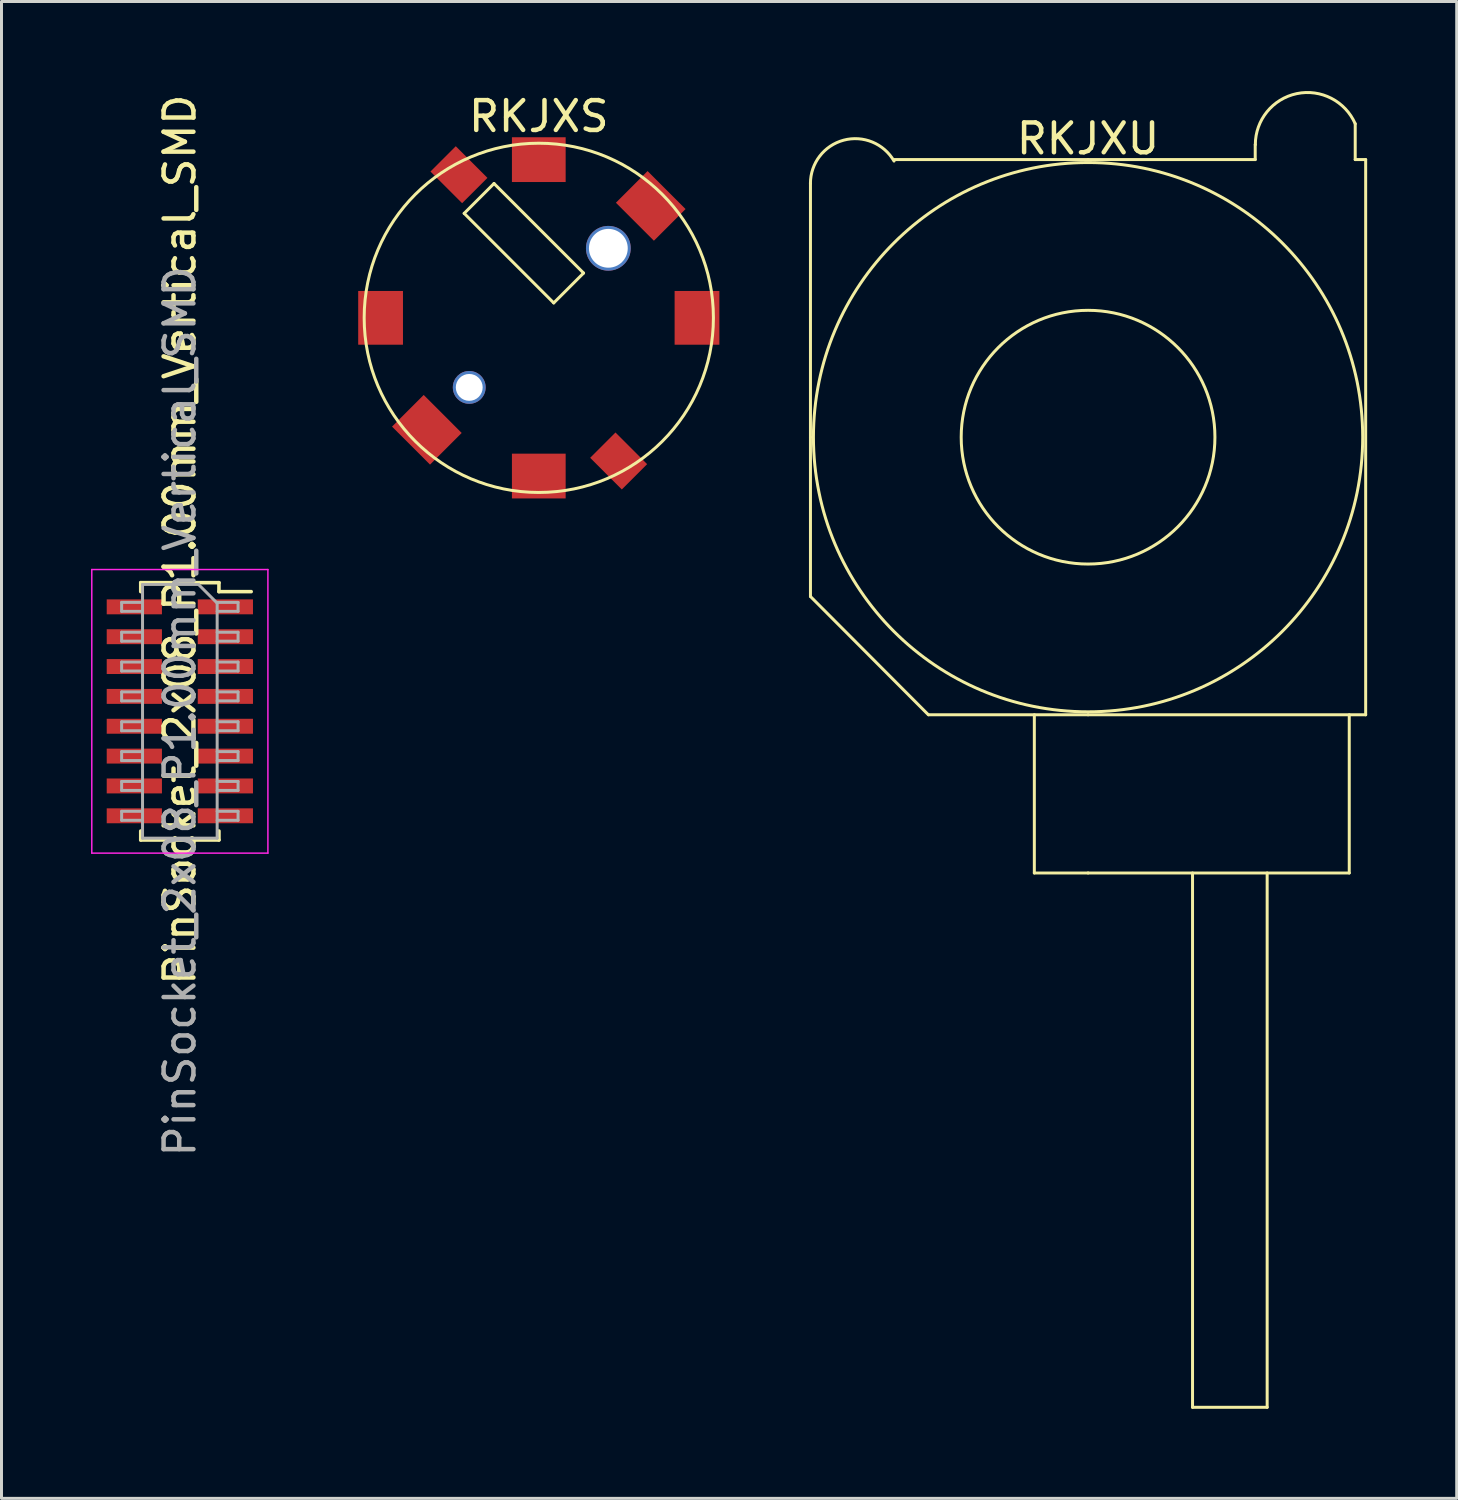
<source format=kicad_pcb>
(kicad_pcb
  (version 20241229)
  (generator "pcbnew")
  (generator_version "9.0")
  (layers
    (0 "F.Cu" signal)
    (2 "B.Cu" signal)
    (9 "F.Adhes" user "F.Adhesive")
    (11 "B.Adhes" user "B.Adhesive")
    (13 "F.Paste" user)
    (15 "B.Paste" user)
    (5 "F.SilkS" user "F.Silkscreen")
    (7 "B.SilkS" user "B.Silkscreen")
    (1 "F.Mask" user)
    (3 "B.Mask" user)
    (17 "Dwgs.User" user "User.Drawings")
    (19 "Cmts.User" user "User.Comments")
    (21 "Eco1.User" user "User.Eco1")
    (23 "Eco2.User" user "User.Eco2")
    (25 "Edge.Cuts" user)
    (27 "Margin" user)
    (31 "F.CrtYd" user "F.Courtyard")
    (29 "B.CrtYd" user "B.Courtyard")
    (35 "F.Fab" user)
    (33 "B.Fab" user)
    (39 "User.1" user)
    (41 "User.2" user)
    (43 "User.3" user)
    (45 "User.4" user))
  (footprint "RKJXU"
    (layer "F.Cu")
    (at 25.601 3.096)
    (property "Reference" "RKJXU" (at 7.8 -1.5 0) (layer "F.SilkS") (effects (font (size 1 1) (thickness 0.15))))
    (attr exclude_from_pos_files exclude_from_bom)
    (fp_line (start -1.5 0) (end -1.5 8.5) (stroke (width 0.1) (type solid)) (layer "F.SilkS"))
    (fp_line (start -1.5 8.5) (end -1.5 13.837) (stroke (width 0.1) (type solid)) (layer "F.SilkS"))
    (fp_line (start -1.5 13.837) (end 2.45 17.8) (stroke (width 0.1) (type solid)) (layer "F.SilkS"))
    (fp_line (start 6 23.1) (end 6 17.8) (stroke (width 0.1) (type solid)) (layer "F.SilkS"))
    (fp_line (start 7.8 -0.8) (end 1.3 -0.8) (stroke (width 0.1) (type solid)) (layer "F.SilkS"))
    (fp_line (start 7.8 -0.8) (end 13.4 -0.8) (stroke (width 0.1) (type solid)) (layer "F.SilkS"))
    (fp_line (start 7.8 17.8) (end 2.463 17.8) (stroke (width 0.1) (type solid)) (layer "F.SilkS"))
    (fp_line (start 7.8 17.8) (end 17.1 17.8) (stroke (width 0.1) (type solid)) (layer "F.SilkS"))
    (fp_line (start 7.8 23.1) (end 6 23.1) (stroke (width 0.1) (type solid)) (layer "F.SilkS"))
    (fp_line (start 11.3 23.1) (end 11.3 41) (stroke (width 0.1) (type solid)) (layer "F.SilkS"))
    (fp_line (start 13.4 -1.3) (end 13.4 -0.8) (stroke (width 0.1) (type solid)) (layer "F.SilkS"))
    (fp_line (start 13.8 23.1) (end 13.8 41) (stroke (width 0.1) (type solid)) (layer "F.SilkS"))
    (fp_line (start 13.8 41) (end 11.3 41) (stroke (width 0.1) (type solid)) (layer "F.SilkS"))
    (fp_line (start 16.55 17.8) (end 16.55 23.1) (stroke (width 0.1) (type solid)) (layer "F.SilkS"))
    (fp_line (start 16.55 23.1) (end 7.8 23.1) (stroke (width 0.1) (type solid)) (layer "F.SilkS"))
    (fp_line (start 16.75 -0.8) (end 16.75 -2) (stroke (width 0.1) (type solid)) (layer "F.SilkS"))
    (fp_line (start 16.75 -0.8) (end 17.1 -0.8) (stroke (width 0.1) (type solid)) (layer "F.SilkS"))
    (fp_line (start 17.1 17.8) (end 17.1 -0.8) (stroke (width 0.1) (type solid)) (layer "F.SilkS"))
    (fp_arc (start -1.500832 0) (mid -0.388211 -1.449755) (end 1.299999 -0.749999) (stroke (width 0.1) (type solid)) (layer "F.SilkS"))
    (fp_arc (start 13.403576 -1.300001) (mid 14.792426 -3.009426) (end 16.749999 -1.999999) (stroke (width 0.1) (type solid)) (layer "F.SilkS"))
    (fp_circle (center 7.8 8.5) (end 12.05 8.5) (stroke (width 0.1) (type solid)) (fill no) (layer "F.SilkS"))
    (fp_circle (center 7.8 8.5) (end 17 8.4) (stroke (width 0.1) (type solid)) (fill no) (layer "F.SilkS"))
    (pad "" smd circle (at 0 0) (size 1.5 1.5) (layers "F.Mask" "F.Paste"))
    (pad "" smd rect (at 11.8 39.65) (size 0.3 2.7) (layers "F.Mask" "F.Paste"))
    (pad "" smd rect (at 12.3 39.65) (size 0.3 2.7) (layers "F.Mask" "F.Paste"))
    (pad "" smd rect (at 12.8 39.65) (size 0.3 2.7) (layers "F.Mask" "F.Paste"))
    (pad "" smd rect (at 13.3 39.65) (size 0.3 2.7) (layers "F.Mask" "F.Paste"))
    (pad "" smd circle (at 15.15 -1.3) (size 2 2) (layers "F.Mask" "F.Paste")))
  (footprint "RKJXS"
    (layer "F.Cu")
    (at 15 7.598)
    (property "Reference" "RKJXS" (at 0 -6.75 0) (layer "F.SilkS") (effects (font (size 1 1) (thickness 0.15))))
    (attr through_hole)
    (fp_line (start -2.5 -3.5) (end 0.5 -0.5) (stroke (width 0.1) (type solid)) (layer "F.SilkS"))
    (fp_line (start -1.5 -4.5) (end -2.5 -3.5) (stroke (width 0.1) (type solid)) (layer "F.SilkS"))
    (fp_line (start 0.5 -0.5) (end 1.5 -1.5) (stroke (width 0.1) (type solid)) (layer "F.SilkS"))
    (fp_line (start 1.5 -1.5) (end -1.5 -4.5) (stroke (width 0.1) (type solid)) (layer "F.SilkS"))
    (fp_circle (center 0 0) (end -5.85 0) (stroke (width 0.1) (type solid)) (fill no) (layer "F.SilkS"))
    (pad "" np_thru_hole circle (at -2.33 2.33) (size 1.1 1.1) (drill 0.9) (layers "*.Cu" "*.Mask"))
    (pad "" np_thru_hole circle (at 2.33 -2.33) (size 1.5 1.5) (drill 1.3) (layers "*.Cu" "*.Mask"))
    (pad "1" smd rect (at 0 -5.3) (size 1.8 1.5) (layers "F.Cu" "F.Mask" "F.Paste"))
    (pad "2" smd rect (at 5.3 0 90) (size 1.8 1.5) (layers "F.Cu" "F.Mask" "F.Paste"))
    (pad "3" smd rect (at 0 5.3) (size 1.8 1.5) (layers "F.Cu" "F.Mask" "F.Paste"))
    (pad "4" smd rect (at -5.3 0 90) (size 1.8 1.5) (layers "F.Cu" "F.Mask" "F.Paste"))
    (pad "C" smd rect (at 2.675 4.795 45) (size 1.2 1.5) (layers "F.Cu" "F.Mask" "F.Paste"))
    (pad "E" smd rect (at -3.75 3.75 315) (size 1.8 1.5) (layers "F.Cu" "F.Mask" "F.Paste"))
    (pad "E" smd rect (at 3.75 -3.75 315) (size 1.8 1.5) (layers "F.Cu" "F.Mask" "F.Paste"))
    (pad "P" smd rect (at -2.675 -4.795 45) (size 1.2 1.5) (layers "F.Cu" "F.Mask" "F.Paste")))
  (footprint "PinSocket_2x08_P1.00mm_Vertical_SMD"
    (layer "F.Cu")
    (at 2.975 20.78)
    (property "Reference" "PinSocket_2x08_P1.00mm_Vertical_SMD" (at 0 -5.75 270) (layer "F.SilkS") (effects (font (size 1 1) (thickness 0.15))))
    (attr smd)
    (fp_line (start -1.31 -4.31) (end -1.31 -4.01) (stroke (width 0.12) (type solid)) (layer "F.SilkS"))
    (fp_line (start -1.31 -4.31) (end 1.31 -4.31) (stroke (width 0.12) (type solid)) (layer "F.SilkS"))
    (fp_line (start -1.31 4.01) (end -1.31 4.31) (stroke (width 0.12) (type solid)) (layer "F.SilkS"))
    (fp_line (start -1.31 4.31) (end 1.31 4.31) (stroke (width 0.12) (type solid)) (layer "F.SilkS"))
    (fp_line (start 1.31 -4.31) (end 1.31 -4.01) (stroke (width 0.12) (type solid)) (layer "F.SilkS"))
    (fp_line (start 1.31 -4.01) (end 2.39 -4.01) (stroke (width 0.12) (type solid)) (layer "F.SilkS"))
    (fp_line (start 1.31 4.01) (end 1.31 4.31) (stroke (width 0.12) (type solid)) (layer "F.SilkS"))
    (fp_line (start -2.95 -4.75) (end 2.95 -4.75) (stroke (width 0.05) (type solid)) (layer "F.CrtYd"))
    (fp_line (start -2.95 4.75) (end -2.95 -4.75) (stroke (width 0.05) (type solid)) (layer "F.CrtYd"))
    (fp_line (start 2.95 -4.75) (end 2.95 4.75) (stroke (width 0.05) (type solid)) (layer "F.CrtYd"))
    (fp_line (start 2.95 4.75) (end -2.95 4.75) (stroke (width 0.05) (type solid)) (layer "F.CrtYd"))
    (fp_line (start -1.95 -3.65) (end -1.25 -3.65) (stroke (width 0.1) (type solid)) (layer "F.Fab"))
    (fp_line (start -1.95 -3.35) (end -1.95 -3.65) (stroke (width 0.1) (type solid)) (layer "F.Fab"))
    (fp_line (start -1.95 -2.65) (end -1.25 -2.65) (stroke (width 0.1) (type solid)) (layer "F.Fab"))
    (fp_line (start -1.95 -2.35) (end -1.95 -2.65) (stroke (width 0.1) (type solid)) (layer "F.Fab"))
    (fp_line (start -1.95 -1.65) (end -1.25 -1.65) (stroke (width 0.1) (type solid)) (layer "F.Fab"))
    (fp_line (start -1.95 -1.35) (end -1.95 -1.65) (stroke (width 0.1) (type solid)) (layer "F.Fab"))
    (fp_line (start -1.95 -0.65) (end -1.25 -0.65) (stroke (width 0.1) (type solid)) (layer "F.Fab"))
    (fp_line (start -1.95 -0.35) (end -1.95 -0.65) (stroke (width 0.1) (type solid)) (layer "F.Fab"))
    (fp_line (start -1.95 0.35) (end -1.25 0.35) (stroke (width 0.1) (type solid)) (layer "F.Fab"))
    (fp_line (start -1.95 0.65) (end -1.95 0.35) (stroke (width 0.1) (type solid)) (layer "F.Fab"))
    (fp_line (start -1.95 1.35) (end -1.25 1.35) (stroke (width 0.1) (type solid)) (layer "F.Fab"))
    (fp_line (start -1.95 1.65) (end -1.95 1.35) (stroke (width 0.1) (type solid)) (layer "F.Fab"))
    (fp_line (start -1.95 2.35) (end -1.25 2.35) (stroke (width 0.1) (type solid)) (layer "F.Fab"))
    (fp_line (start -1.95 2.65) (end -1.95 2.35) (stroke (width 0.1) (type solid)) (layer "F.Fab"))
    (fp_line (start -1.95 3.35) (end -1.25 3.35) (stroke (width 0.1) (type solid)) (layer "F.Fab"))
    (fp_line (start -1.95 3.65) (end -1.95 3.35) (stroke (width 0.1) (type solid)) (layer "F.Fab"))
    (fp_line (start -1.25 -4.25) (end 0.625 -4.25) (stroke (width 0.1) (type solid)) (layer "F.Fab"))
    (fp_line (start -1.25 -3.35) (end -1.95 -3.35) (stroke (width 0.1) (type solid)) (layer "F.Fab"))
    (fp_line (start -1.25 -2.35) (end -1.95 -2.35) (stroke (width 0.1) (type solid)) (layer "F.Fab"))
    (fp_line (start -1.25 -1.35) (end -1.95 -1.35) (stroke (width 0.1) (type solid)) (layer "F.Fab"))
    (fp_line (start -1.25 -0.35) (end -1.95 -0.35) (stroke (width 0.1) (type solid)) (layer "F.Fab"))
    (fp_line (start -1.25 0.65) (end -1.95 0.65) (stroke (width 0.1) (type solid)) (layer "F.Fab"))
    (fp_line (start -1.25 1.65) (end -1.95 1.65) (stroke (width 0.1) (type solid)) (layer "F.Fab"))
    (fp_line (start -1.25 2.65) (end -1.95 2.65) (stroke (width 0.1) (type solid)) (layer "F.Fab"))
    (fp_line (start -1.25 3.65) (end -1.95 3.65) (stroke (width 0.1) (type solid)) (layer "F.Fab"))
    (fp_line (start -1.25 4.25) (end -1.25 -4.25) (stroke (width 0.1) (type solid)) (layer "F.Fab"))
    (fp_line (start 0.625 -4.25) (end 1.25 -3.625) (stroke (width 0.1) (type solid)) (layer "F.Fab"))
    (fp_line (start 1.25 -3.65) (end 1.95 -3.65) (stroke (width 0.1) (type solid)) (layer "F.Fab"))
    (fp_line (start 1.25 -3.625) (end 1.25 4.25) (stroke (width 0.1) (type solid)) (layer "F.Fab"))
    (fp_line (start 1.25 -2.65) (end 1.95 -2.65) (stroke (width 0.1) (type solid)) (layer "F.Fab"))
    (fp_line (start 1.25 -1.65) (end 1.95 -1.65) (stroke (width 0.1) (type solid)) (layer "F.Fab"))
    (fp_line (start 1.25 -0.65) (end 1.95 -0.65) (stroke (width 0.1) (type solid)) (layer "F.Fab"))
    (fp_line (start 1.25 0.35) (end 1.95 0.35) (stroke (width 0.1) (type solid)) (layer "F.Fab"))
    (fp_line (start 1.25 1.35) (end 1.95 1.35) (stroke (width 0.1) (type solid)) (layer "F.Fab"))
    (fp_line (start 1.25 2.35) (end 1.95 2.35) (stroke (width 0.1) (type solid)) (layer "F.Fab"))
    (fp_line (start 1.25 3.35) (end 1.95 3.35) (stroke (width 0.1) (type solid)) (layer "F.Fab"))
    (fp_line (start 1.25 4.25) (end -1.25 4.25) (stroke (width 0.1) (type solid)) (layer "F.Fab"))
    (fp_line (start 1.95 -3.65) (end 1.95 -3.35) (stroke (width 0.1) (type solid)) (layer "F.Fab"))
    (fp_line (start 1.95 -3.35) (end 1.25 -3.35) (stroke (width 0.1) (type solid)) (layer "F.Fab"))
    (fp_line (start 1.95 -2.65) (end 1.95 -2.35) (stroke (width 0.1) (type solid)) (layer "F.Fab"))
    (fp_line (start 1.95 -2.35) (end 1.25 -2.35) (stroke (width 0.1) (type solid)) (layer "F.Fab"))
    (fp_line (start 1.95 -1.65) (end 1.95 -1.35) (stroke (width 0.1) (type solid)) (layer "F.Fab"))
    (fp_line (start 1.95 -1.35) (end 1.25 -1.35) (stroke (width 0.1) (type solid)) (layer "F.Fab"))
    (fp_line (start 1.95 -0.65) (end 1.95 -0.35) (stroke (width 0.1) (type solid)) (layer "F.Fab"))
    (fp_line (start 1.95 -0.35) (end 1.25 -0.35) (stroke (width 0.1) (type solid)) (layer "F.Fab"))
    (fp_line (start 1.95 0.35) (end 1.95 0.65) (stroke (width 0.1) (type solid)) (layer "F.Fab"))
    (fp_line (start 1.95 0.65) (end 1.25 0.65) (stroke (width 0.1) (type solid)) (layer "F.Fab"))
    (fp_line (start 1.95 1.35) (end 1.95 1.65) (stroke (width 0.1) (type solid)) (layer "F.Fab"))
    (fp_line (start 1.95 1.65) (end 1.25 1.65) (stroke (width 0.1) (type solid)) (layer "F.Fab"))
    (fp_line (start 1.95 2.35) (end 1.95 2.65) (stroke (width 0.1) (type solid)) (layer "F.Fab"))
    (fp_line (start 1.95 2.65) (end 1.25 2.65) (stroke (width 0.1) (type solid)) (layer "F.Fab"))
    (fp_line (start 1.95 3.35) (end 1.95 3.65) (stroke (width 0.1) (type solid)) (layer "F.Fab"))
    (fp_line (start 1.95 3.65) (end 1.25 3.65) (stroke (width 0.1) (type solid)) (layer "F.Fab"))
    (fp_text user "${REFERENCE}" (at 0 0 270) (layer "F.Fab") (effects (font (size 1 1) (thickness 0.15))))
    (pad "1" smd rect (at 1.525 -3.5) (size 1.85 0.5) (layers "F.Cu" "F.Mask" "F.Paste"))
    (pad "2" smd rect (at -1.525 -3.5) (size 1.85 0.5) (layers "F.Cu" "F.Mask" "F.Paste"))
    (pad "3" smd rect (at 1.525 -2.5) (size 1.85 0.5) (layers "F.Cu" "F.Mask" "F.Paste"))
    (pad "4" smd rect (at -1.525 -2.5) (size 1.85 0.5) (layers "F.Cu" "F.Mask" "F.Paste"))
    (pad "5" smd rect (at 1.525 -1.5) (size 1.85 0.5) (layers "F.Cu" "F.Mask" "F.Paste"))
    (pad "6" smd rect (at -1.525 -1.5) (size 1.85 0.5) (layers "F.Cu" "F.Mask" "F.Paste"))
    (pad "7" smd rect (at 1.525 -0.5) (size 1.85 0.5) (layers "F.Cu" "F.Mask" "F.Paste"))
    (pad "8" smd rect (at -1.525 -0.5) (size 1.85 0.5) (layers "F.Cu" "F.Mask" "F.Paste"))
    (pad "9" smd rect (at 1.525 0.5) (size 1.85 0.5) (layers "F.Cu" "F.Mask" "F.Paste"))
    (pad "10" smd rect (at -1.525 0.5) (size 1.85 0.5) (layers "F.Cu" "F.Mask" "F.Paste"))
    (pad "11" smd rect (at 1.525 1.5) (size 1.85 0.5) (layers "F.Cu" "F.Mask" "F.Paste"))
    (pad "12" smd rect (at -1.525 1.5) (size 1.85 0.5) (layers "F.Cu" "F.Mask" "F.Paste"))
    (pad "13" smd rect (at 1.525 2.5) (size 1.85 0.5) (layers "F.Cu" "F.Mask" "F.Paste"))
    (pad "14" smd rect (at -1.525 2.5) (size 1.85 0.5) (layers "F.Cu" "F.Mask" "F.Paste"))
    (pad "15" smd rect (at 1.525 3.5) (size 1.85 0.5) (layers "F.Cu" "F.Mask" "F.Paste"))
    (pad "16" smd rect (at -1.525 3.5) (size 1.85 0.5) (layers "F.Cu" "F.Mask" "F.Paste")))
  (gr_rect
    (start -3 -3)
    (end 45.751 47.146)
    (stroke (width 0.1) (type default))
    (fill no)
    (layer "Edge.Cuts")))
</source>
